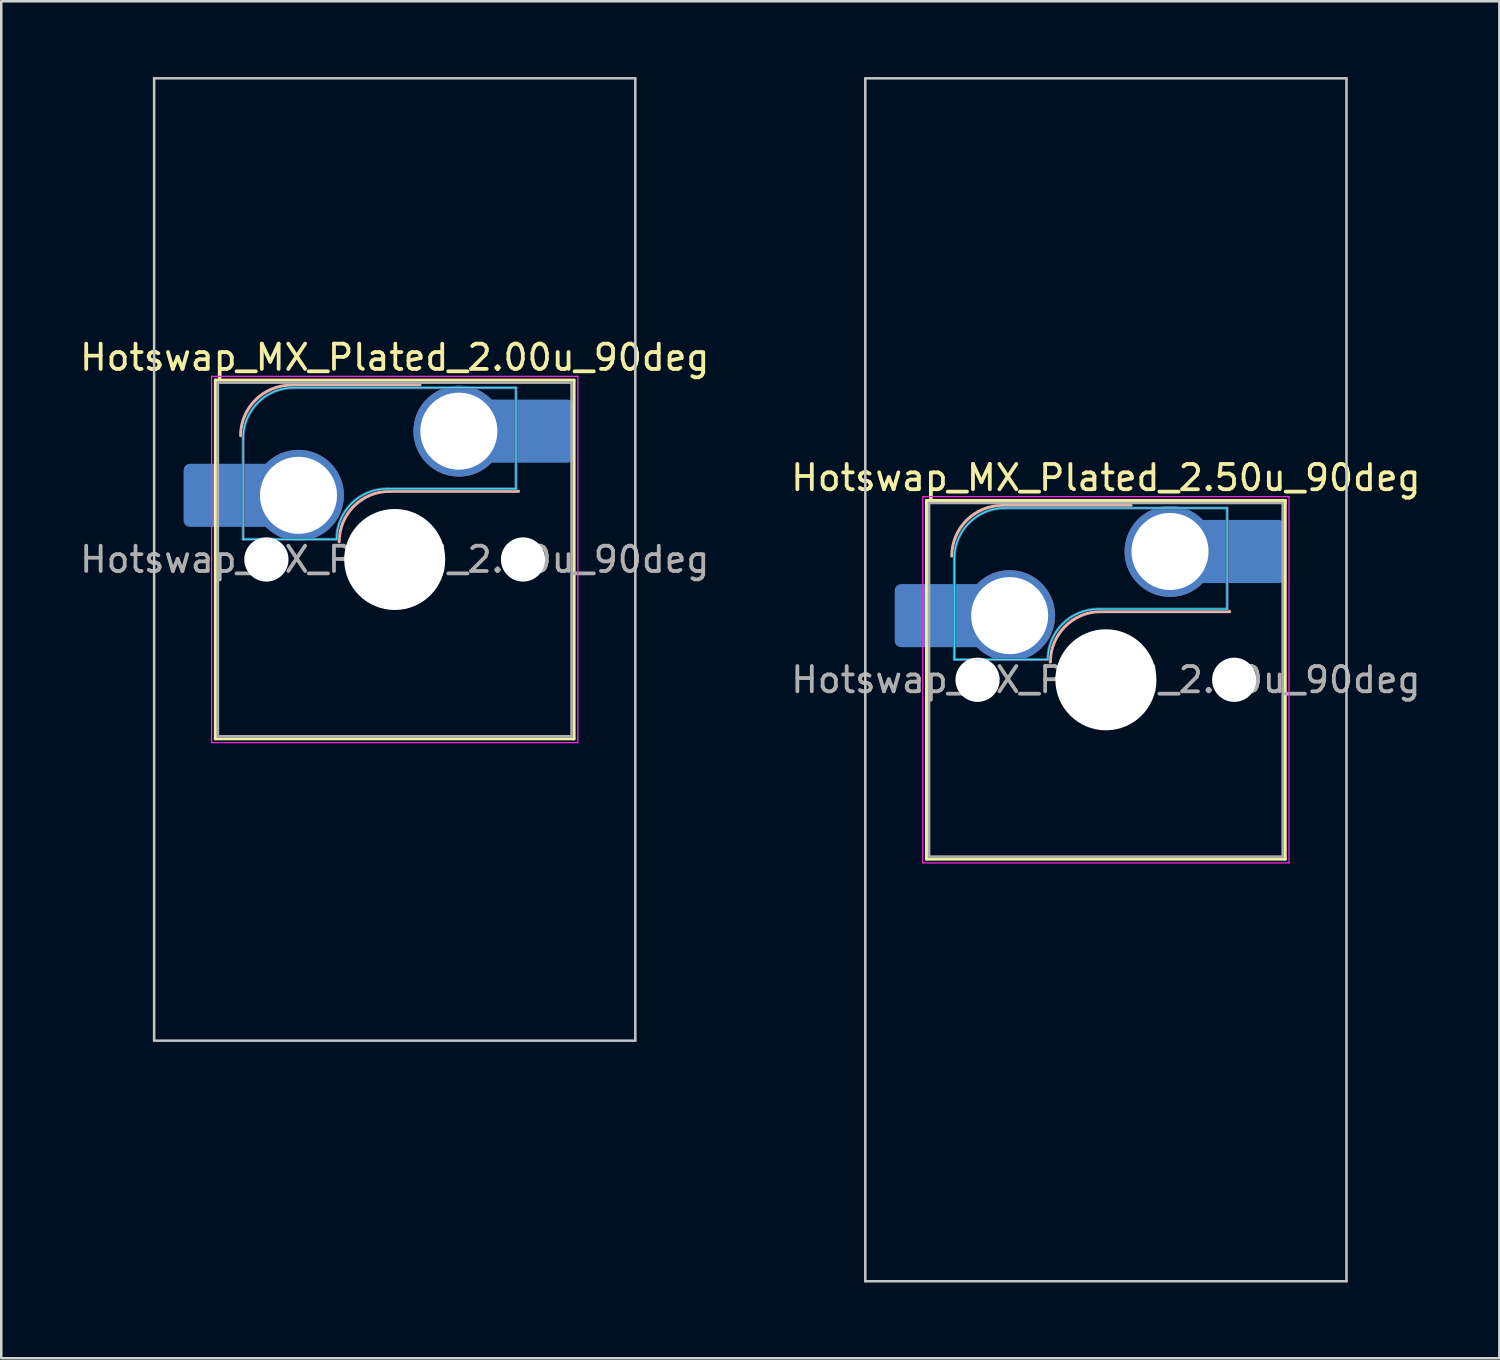
<source format=kicad_pcb>
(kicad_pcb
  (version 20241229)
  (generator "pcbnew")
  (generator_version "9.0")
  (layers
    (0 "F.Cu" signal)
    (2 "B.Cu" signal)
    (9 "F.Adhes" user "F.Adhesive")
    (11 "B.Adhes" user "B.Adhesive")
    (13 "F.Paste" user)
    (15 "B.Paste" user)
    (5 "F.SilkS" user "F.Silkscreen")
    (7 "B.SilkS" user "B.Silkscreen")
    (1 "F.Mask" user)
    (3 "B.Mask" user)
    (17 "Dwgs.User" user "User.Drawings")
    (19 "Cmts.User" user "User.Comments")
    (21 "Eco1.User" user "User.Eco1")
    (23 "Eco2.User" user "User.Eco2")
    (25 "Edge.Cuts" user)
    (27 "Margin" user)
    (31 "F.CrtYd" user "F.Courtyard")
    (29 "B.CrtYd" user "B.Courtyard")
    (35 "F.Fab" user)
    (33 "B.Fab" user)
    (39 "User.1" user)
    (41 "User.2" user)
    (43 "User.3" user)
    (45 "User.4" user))
  (footprint "Hotswap_MX_Plated_2.00u_90deg"
    (layer "F.Cu")
    (at 12.577 19.1)
    (property "Reference" "Hotswap_MX_Plated_2.00u_90deg" (at 0 -8 0) (layer "F.SilkS") (effects (font (size 1 1) (thickness 0.15))))
    (attr smd allow_soldermask_bridges)
    (fp_line (start -7.1 -7.1) (end -7.1 7.1) (stroke (width 0.12) (type solid)) (layer "F.SilkS"))
    (fp_line (start -7.1 7.1) (end 7.1 7.1) (stroke (width 0.12) (type solid)) (layer "F.SilkS"))
    (fp_line (start 7.1 -7.1) (end -7.1 -7.1) (stroke (width 0.12) (type solid)) (layer "F.SilkS"))
    (fp_line (start 7.1 7.1) (end 7.1 -7.1) (stroke (width 0.12) (type solid)) (layer "F.SilkS"))
    (fp_line (start -4.1 -6.9) (end 1 -6.9) (stroke (width 0.12) (type solid)) (layer "B.SilkS"))
    (fp_line (start -0.2 -2.7) (end 4.9 -2.7) (stroke (width 0.12) (type solid)) (layer "B.SilkS"))
    (fp_arc (start -6.1 -4.9) (mid -5.514214 -6.314214) (end -4.1 -6.9) (stroke (width 0.12) (type solid)) (layer "B.SilkS"))
    (fp_arc (start -2.2 -0.7) (mid -1.614214 -2.114214) (end -0.2 -2.7) (stroke (width 0.12) (type solid)) (layer "B.SilkS"))
    (fp_line (start -9.525 -19.05) (end 9.525 -19.05) (stroke (width 0.1) (type solid)) (layer "Dwgs.User"))
    (fp_line (start -9.525 19.05) (end -9.525 -19.05) (stroke (width 0.1) (type solid)) (layer "Dwgs.User"))
    (fp_line (start 9.525 -19.05) (end 9.525 19.05) (stroke (width 0.1) (type solid)) (layer "Dwgs.User"))
    (fp_line (start 9.525 19.05) (end -9.525 19.05) (stroke (width 0.1) (type solid)) (layer "Dwgs.User"))
    (fp_line (start -7.8 -6) (end -7 -6) (stroke (width 0.1) (type solid)) (layer "Eco1.User"))
    (fp_line (start -7.8 -2.9) (end -7.8 -6) (stroke (width 0.1) (type solid)) (layer "Eco1.User"))
    (fp_line (start -7.8 2.9) (end -7 2.9) (stroke (width 0.1) (type solid)) (layer "Eco1.User"))
    (fp_line (start -7.8 6) (end -7.8 2.9) (stroke (width 0.1) (type solid)) (layer "Eco1.User"))
    (fp_line (start -7 -7) (end 7 -7) (stroke (width 0.1) (type solid)) (layer "Eco1.User"))
    (fp_line (start -7 -6) (end -7 -7) (stroke (width 0.1) (type solid)) (layer "Eco1.User"))
    (fp_line (start -7 -2.9) (end -7.8 -2.9) (stroke (width 0.1) (type solid)) (layer "Eco1.User"))
    (fp_line (start -7 2.9) (end -7 -2.9) (stroke (width 0.1) (type solid)) (layer "Eco1.User"))
    (fp_line (start -7 6) (end -7.8 6) (stroke (width 0.1) (type solid)) (layer "Eco1.User"))
    (fp_line (start -7 7) (end -7 6) (stroke (width 0.1) (type solid)) (layer "Eco1.User"))
    (fp_line (start 7 -7) (end 7 -6) (stroke (width 0.1) (type solid)) (layer "Eco1.User"))
    (fp_line (start 7 -6) (end 7.8 -6) (stroke (width 0.1) (type solid)) (layer "Eco1.User"))
    (fp_line (start 7 -2.9) (end 7 2.9) (stroke (width 0.1) (type solid)) (layer "Eco1.User"))
    (fp_line (start 7 2.9) (end 7.8 2.9) (stroke (width 0.1) (type solid)) (layer "Eco1.User"))
    (fp_line (start 7 6) (end 7 7) (stroke (width 0.1) (type solid)) (layer "Eco1.User"))
    (fp_line (start 7 7) (end -7 7) (stroke (width 0.1) (type solid)) (layer "Eco1.User"))
    (fp_line (start 7.8 -6) (end 7.8 -2.9) (stroke (width 0.1) (type solid)) (layer "Eco1.User"))
    (fp_line (start 7.8 -2.9) (end 7 -2.9) (stroke (width 0.1) (type solid)) (layer "Eco1.User"))
    (fp_line (start 7.8 2.9) (end 7.8 6) (stroke (width 0.1) (type solid)) (layer "Eco1.User"))
    (fp_line (start 7.8 6) (end 7 6) (stroke (width 0.1) (type solid)) (layer "Eco1.User"))
    (fp_line (start -6 -0.8) (end -6 -4.8) (stroke (width 0.05) (type solid)) (layer "B.CrtYd"))
    (fp_line (start -6 -0.8) (end -2.3 -0.8) (stroke (width 0.05) (type solid)) (layer "B.CrtYd"))
    (fp_line (start -4 -6.8) (end 4.8 -6.8) (stroke (width 0.05) (type solid)) (layer "B.CrtYd"))
    (fp_line (start -0.3 -2.8) (end 4.8 -2.8) (stroke (width 0.05) (type solid)) (layer "B.CrtYd"))
    (fp_line (start 4.8 -6.8) (end 4.8 -2.8) (stroke (width 0.05) (type solid)) (layer "B.CrtYd"))
    (fp_arc (start -6 -4.8) (mid -5.414214 -6.214214) (end -4 -6.8) (stroke (width 0.05) (type solid)) (layer "B.CrtYd"))
    (fp_arc (start -2.3 -0.8) (mid -1.714214 -2.214214) (end -0.3 -2.8) (stroke (width 0.05) (type solid)) (layer "B.CrtYd"))
    (fp_line (start -7.25 -7.25) (end -7.25 7.25) (stroke (width 0.05) (type solid)) (layer "F.CrtYd"))
    (fp_line (start -7.25 7.25) (end 7.25 7.25) (stroke (width 0.05) (type solid)) (layer "F.CrtYd"))
    (fp_line (start 7.25 -7.25) (end -7.25 -7.25) (stroke (width 0.05) (type solid)) (layer "F.CrtYd"))
    (fp_line (start 7.25 7.25) (end 7.25 -7.25) (stroke (width 0.05) (type solid)) (layer "F.CrtYd"))
    (fp_line (start -6 -0.8) (end -6 -4.8) (stroke (width 0.12) (type solid)) (layer "B.Fab"))
    (fp_line (start -6 -0.8) (end -2.3 -0.8) (stroke (width 0.12) (type solid)) (layer "B.Fab"))
    (fp_line (start -4 -6.8) (end 4.8 -6.8) (stroke (width 0.12) (type solid)) (layer "B.Fab"))
    (fp_line (start -0.3 -2.8) (end 4.8 -2.8) (stroke (width 0.12) (type solid)) (layer "B.Fab"))
    (fp_line (start 4.8 -6.8) (end 4.8 -2.8) (stroke (width 0.12) (type solid)) (layer "B.Fab"))
    (fp_arc (start -6 -4.8) (mid -5.414214 -6.214214) (end -4 -6.8) (stroke (width 0.12) (type solid)) (layer "B.Fab"))
    (fp_arc (start -2.3 -0.8) (mid -1.714214 -2.214214) (end -0.3 -2.8) (stroke (width 0.12) (type solid)) (layer "B.Fab"))
    (fp_line (start -7 -7) (end -7 7) (stroke (width 0.1) (type solid)) (layer "F.Fab"))
    (fp_line (start -7 7) (end 7 7) (stroke (width 0.1) (type solid)) (layer "F.Fab"))
    (fp_line (start 7 -7) (end -7 -7) (stroke (width 0.1) (type solid)) (layer "F.Fab"))
    (fp_line (start 7 7) (end 7 -7) (stroke (width 0.1) (type solid)) (layer "F.Fab"))
    (fp_text user "${REFERENCE}" (at 0 0 0) (layer "F.Fab") (effects (font (size 1 1) (thickness 0.15))))
    (pad "" smd roundrect (at -7.085 -2.54) (size 2.55 2.5) (layers "B.Mask" "B.Paste") (roundrect_rratio 0.1))
    (pad "" np_thru_hole circle (at -5.08 0) (size 1.75 1.75) (drill 1.75) (layers "*.Cu" "*.Mask"))
    (pad "" np_thru_hole circle (at 0 0) (size 4 4) (drill 4) (layers "*.Cu" "*.Mask"))
    (pad "" np_thru_hole circle (at 5.08 0) (size 1.75 1.75) (drill 1.75) (layers "*.Cu" "*.Mask"))
    (pad "" smd roundrect (at 5.842 -5.08) (size 2.55 2.5) (layers "B.Mask" "B.Paste") (roundrect_rratio 0.1))
    (pad "1" smd roundrect (at -6.585 -2.54) (size 3.55 2.5) (layers "B.Cu") (roundrect_rratio 0.1))
    (pad "1" thru_hole circle (at -3.81 -2.54) (size 3.6 3.6) (drill 3.05) (layers "*.Cu" "*.Mask"))
    (pad "2" thru_hole circle (at 2.54 -5.08) (size 3.6 3.6) (drill 3.05) (layers "*.Cu" "*.Mask"))
    (pad "2" smd roundrect (at 5.32 -5.08) (size 3.55 2.5) (layers "B.Cu") (roundrect_rratio 0.1)))
  (footprint "Hotswap_MX_Plated_2.50u_90deg"
    (layer "F.Cu")
    (at 40.732 23.863)
    (property "Reference" "Hotswap_MX_Plated_2.50u_90deg" (at 0 -8 0) (layer "F.SilkS") (effects (font (size 1 1) (thickness 0.15))))
    (attr smd allow_soldermask_bridges)
    (fp_line (start -7.1 -7.1) (end -7.1 7.1) (stroke (width 0.12) (type solid)) (layer "F.SilkS"))
    (fp_line (start -7.1 7.1) (end 7.1 7.1) (stroke (width 0.12) (type solid)) (layer "F.SilkS"))
    (fp_line (start 7.1 -7.1) (end -7.1 -7.1) (stroke (width 0.12) (type solid)) (layer "F.SilkS"))
    (fp_line (start 7.1 7.1) (end 7.1 -7.1) (stroke (width 0.12) (type solid)) (layer "F.SilkS"))
    (fp_line (start -4.1 -6.9) (end 1 -6.9) (stroke (width 0.12) (type solid)) (layer "B.SilkS"))
    (fp_line (start -0.2 -2.7) (end 4.9 -2.7) (stroke (width 0.12) (type solid)) (layer "B.SilkS"))
    (fp_arc (start -6.1 -4.9) (mid -5.514214 -6.314214) (end -4.1 -6.9) (stroke (width 0.12) (type solid)) (layer "B.SilkS"))
    (fp_arc (start -2.2 -0.7) (mid -1.614214 -2.114214) (end -0.2 -2.7) (stroke (width 0.12) (type solid)) (layer "B.SilkS"))
    (fp_line (start -9.525 -23.812) (end 9.525 -23.812) (stroke (width 0.1) (type solid)) (layer "Dwgs.User"))
    (fp_line (start -9.525 23.812) (end -9.525 -23.812) (stroke (width 0.1) (type solid)) (layer "Dwgs.User"))
    (fp_line (start 9.525 -23.812) (end 9.525 23.812) (stroke (width 0.1) (type solid)) (layer "Dwgs.User"))
    (fp_line (start 9.525 23.812) (end -9.525 23.812) (stroke (width 0.1) (type solid)) (layer "Dwgs.User"))
    (fp_line (start -7.8 -6) (end -7 -6) (stroke (width 0.1) (type solid)) (layer "Eco1.User"))
    (fp_line (start -7.8 -2.9) (end -7.8 -6) (stroke (width 0.1) (type solid)) (layer "Eco1.User"))
    (fp_line (start -7.8 2.9) (end -7 2.9) (stroke (width 0.1) (type solid)) (layer "Eco1.User"))
    (fp_line (start -7.8 6) (end -7.8 2.9) (stroke (width 0.1) (type solid)) (layer "Eco1.User"))
    (fp_line (start -7 -7) (end 7 -7) (stroke (width 0.1) (type solid)) (layer "Eco1.User"))
    (fp_line (start -7 -6) (end -7 -7) (stroke (width 0.1) (type solid)) (layer "Eco1.User"))
    (fp_line (start -7 -2.9) (end -7.8 -2.9) (stroke (width 0.1) (type solid)) (layer "Eco1.User"))
    (fp_line (start -7 2.9) (end -7 -2.9) (stroke (width 0.1) (type solid)) (layer "Eco1.User"))
    (fp_line (start -7 6) (end -7.8 6) (stroke (width 0.1) (type solid)) (layer "Eco1.User"))
    (fp_line (start -7 7) (end -7 6) (stroke (width 0.1) (type solid)) (layer "Eco1.User"))
    (fp_line (start 7 -7) (end 7 -6) (stroke (width 0.1) (type solid)) (layer "Eco1.User"))
    (fp_line (start 7 -6) (end 7.8 -6) (stroke (width 0.1) (type solid)) (layer "Eco1.User"))
    (fp_line (start 7 -2.9) (end 7 2.9) (stroke (width 0.1) (type solid)) (layer "Eco1.User"))
    (fp_line (start 7 2.9) (end 7.8 2.9) (stroke (width 0.1) (type solid)) (layer "Eco1.User"))
    (fp_line (start 7 6) (end 7 7) (stroke (width 0.1) (type solid)) (layer "Eco1.User"))
    (fp_line (start 7 7) (end -7 7) (stroke (width 0.1) (type solid)) (layer "Eco1.User"))
    (fp_line (start 7.8 -6) (end 7.8 -2.9) (stroke (width 0.1) (type solid)) (layer "Eco1.User"))
    (fp_line (start 7.8 -2.9) (end 7 -2.9) (stroke (width 0.1) (type solid)) (layer "Eco1.User"))
    (fp_line (start 7.8 2.9) (end 7.8 6) (stroke (width 0.1) (type solid)) (layer "Eco1.User"))
    (fp_line (start 7.8 6) (end 7 6) (stroke (width 0.1) (type solid)) (layer "Eco1.User"))
    (fp_line (start -6 -0.8) (end -6 -4.8) (stroke (width 0.05) (type solid)) (layer "B.CrtYd"))
    (fp_line (start -6 -0.8) (end -2.3 -0.8) (stroke (width 0.05) (type solid)) (layer "B.CrtYd"))
    (fp_line (start -4 -6.8) (end 4.8 -6.8) (stroke (width 0.05) (type solid)) (layer "B.CrtYd"))
    (fp_line (start -0.3 -2.8) (end 4.8 -2.8) (stroke (width 0.05) (type solid)) (layer "B.CrtYd"))
    (fp_line (start 4.8 -6.8) (end 4.8 -2.8) (stroke (width 0.05) (type solid)) (layer "B.CrtYd"))
    (fp_arc (start -6 -4.8) (mid -5.414214 -6.214214) (end -4 -6.8) (stroke (width 0.05) (type solid)) (layer "B.CrtYd"))
    (fp_arc (start -2.3 -0.8) (mid -1.714214 -2.214214) (end -0.3 -2.8) (stroke (width 0.05) (type solid)) (layer "B.CrtYd"))
    (fp_line (start -7.25 -7.25) (end -7.25 7.25) (stroke (width 0.05) (type solid)) (layer "F.CrtYd"))
    (fp_line (start -7.25 7.25) (end 7.25 7.25) (stroke (width 0.05) (type solid)) (layer "F.CrtYd"))
    (fp_line (start 7.25 -7.25) (end -7.25 -7.25) (stroke (width 0.05) (type solid)) (layer "F.CrtYd"))
    (fp_line (start 7.25 7.25) (end 7.25 -7.25) (stroke (width 0.05) (type solid)) (layer "F.CrtYd"))
    (fp_line (start -6 -0.8) (end -6 -4.8) (stroke (width 0.12) (type solid)) (layer "B.Fab"))
    (fp_line (start -6 -0.8) (end -2.3 -0.8) (stroke (width 0.12) (type solid)) (layer "B.Fab"))
    (fp_line (start -4 -6.8) (end 4.8 -6.8) (stroke (width 0.12) (type solid)) (layer "B.Fab"))
    (fp_line (start -0.3 -2.8) (end 4.8 -2.8) (stroke (width 0.12) (type solid)) (layer "B.Fab"))
    (fp_line (start 4.8 -6.8) (end 4.8 -2.8) (stroke (width 0.12) (type solid)) (layer "B.Fab"))
    (fp_arc (start -6 -4.8) (mid -5.414214 -6.214214) (end -4 -6.8) (stroke (width 0.12) (type solid)) (layer "B.Fab"))
    (fp_arc (start -2.3 -0.8) (mid -1.714214 -2.214214) (end -0.3 -2.8) (stroke (width 0.12) (type solid)) (layer "B.Fab"))
    (fp_line (start -7 -7) (end -7 7) (stroke (width 0.1) (type solid)) (layer "F.Fab"))
    (fp_line (start -7 7) (end 7 7) (stroke (width 0.1) (type solid)) (layer "F.Fab"))
    (fp_line (start 7 -7) (end -7 -7) (stroke (width 0.1) (type solid)) (layer "F.Fab"))
    (fp_line (start 7 7) (end 7 -7) (stroke (width 0.1) (type solid)) (layer "F.Fab"))
    (fp_text user "${REFERENCE}" (at 0 0 0) (layer "F.Fab") (effects (font (size 1 1) (thickness 0.15))))
    (pad "" smd roundrect (at -7.085 -2.54) (size 2.55 2.5) (layers "B.Mask" "B.Paste") (roundrect_rratio 0.1))
    (pad "" np_thru_hole circle (at -5.08 0) (size 1.75 1.75) (drill 1.75) (layers "*.Cu" "*.Mask"))
    (pad "" np_thru_hole circle (at 0 0) (size 4 4) (drill 4) (layers "*.Cu" "*.Mask"))
    (pad "" np_thru_hole circle (at 5.08 0) (size 1.75 1.75) (drill 1.75) (layers "*.Cu" "*.Mask"))
    (pad "" smd roundrect (at 5.842 -5.08) (size 2.55 2.5) (layers "B.Mask" "B.Paste") (roundrect_rratio 0.1))
    (pad "1" smd roundrect (at -6.585 -2.54) (size 3.55 2.5) (layers "B.Cu") (roundrect_rratio 0.1))
    (pad "1" thru_hole circle (at -3.81 -2.54) (size 3.6 3.6) (drill 3.05) (layers "*.Cu" "*.Mask"))
    (pad "2" thru_hole circle (at 2.54 -5.08) (size 3.6 3.6) (drill 3.05) (layers "*.Cu" "*.Mask"))
    (pad "2" smd roundrect (at 5.32 -5.08) (size 3.55 2.5) (layers "B.Cu") (roundrect_rratio 0.1)))
  (gr_rect
    (start -3 -3)
    (end 56.31 50.725)
    (stroke (width 0.1) (type default))
    (fill no)
    (layer "Edge.Cuts")))
</source>
